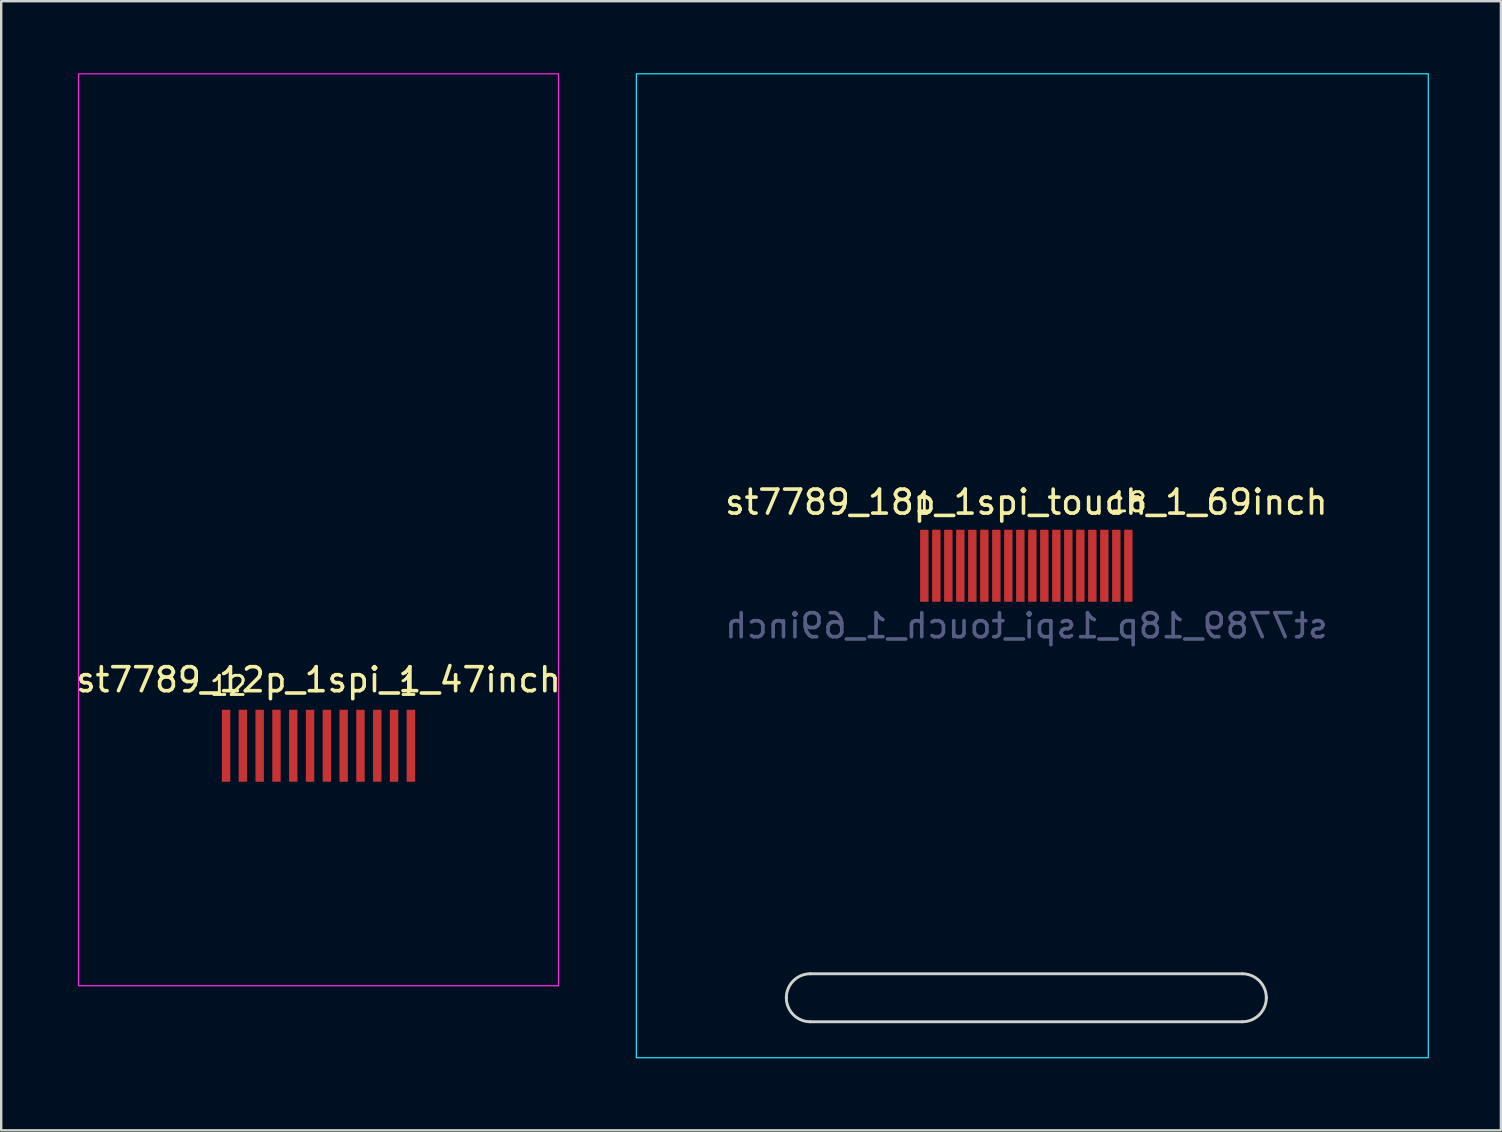
<source format=kicad_pcb>
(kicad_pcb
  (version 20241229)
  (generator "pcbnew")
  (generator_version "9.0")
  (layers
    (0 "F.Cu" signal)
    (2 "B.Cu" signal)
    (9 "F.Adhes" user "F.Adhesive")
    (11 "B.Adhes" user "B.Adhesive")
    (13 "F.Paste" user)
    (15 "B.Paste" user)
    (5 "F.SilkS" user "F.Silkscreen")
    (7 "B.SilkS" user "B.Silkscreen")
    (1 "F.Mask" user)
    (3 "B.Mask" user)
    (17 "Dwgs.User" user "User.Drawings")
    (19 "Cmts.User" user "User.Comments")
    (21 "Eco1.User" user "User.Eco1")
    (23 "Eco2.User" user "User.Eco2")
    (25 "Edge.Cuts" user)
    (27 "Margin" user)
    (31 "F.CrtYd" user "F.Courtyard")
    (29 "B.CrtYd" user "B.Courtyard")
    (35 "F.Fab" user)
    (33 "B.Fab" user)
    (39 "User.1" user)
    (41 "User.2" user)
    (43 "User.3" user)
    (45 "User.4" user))
  (footprint "st7789_12p_1spi_1_47inch"
    (layer "F.Cu")
    (at 10.22 28.025)
    (property "Reference" "st7789_12p_1spi_1_47inch" (at 0 -2.75 0) (unlocked yes) (layer "F.SilkS") (effects (font (size 1 1) (thickness 0.15))))
    (attr smd)
    (fp_rect (start -10 10) (end 10 -28) (stroke (width 0.05) (type solid)) (fill no) (layer "F.CrtYd"))
    (fp_text user "12" (at -3.75 -2.5 0) (unlocked yes) (layer "F.SilkS") (effects (font (size 0.8 0.8) (thickness 0.12))))
    (fp_text user "1" (at 3.75 -2.5 0) (unlocked yes) (layer "F.SilkS") (effects (font (size 0.8 0.8) (thickness 0.12))))
    (pad "1" smd rect (at 3.85 0 270) (size 3 0.35) (layers "F.Cu" "F.Mask" "F.Paste"))
    (pad "2" smd rect (at 3.15 0 270) (size 3 0.35) (layers "F.Cu" "F.Mask" "F.Paste"))
    (pad "3" smd rect (at 2.45 0 270) (size 3 0.35) (layers "F.Cu" "F.Mask" "F.Paste"))
    (pad "4" smd rect (at 1.75 0 270) (size 3 0.35) (layers "F.Cu" "F.Mask" "F.Paste"))
    (pad "5" smd rect (at 1.05 0 270) (size 3 0.35) (layers "F.Cu" "F.Mask" "F.Paste"))
    (pad "6" smd rect (at 0.35 0 270) (size 3 0.35) (layers "F.Cu" "F.Mask" "F.Paste"))
    (pad "7" smd rect (at -0.35 0 270) (size 3 0.35) (layers "F.Cu" "F.Mask" "F.Paste"))
    (pad "8" smd rect (at -1.05 0 270) (size 3 0.35) (layers "F.Cu" "F.Mask" "F.Paste"))
    (pad "9" smd rect (at -1.75 0 270) (size 3 0.35) (layers "F.Cu" "F.Mask" "F.Paste"))
    (pad "10" smd rect (at -2.45 0 270) (size 3 0.35) (layers "F.Cu" "F.Mask" "F.Paste"))
    (pad "11" smd rect (at -3.15 0 270) (size 3 0.35) (layers "F.Cu" "F.Mask" "F.Paste"))
    (pad "12" smd rect (at -3.85 0 270) (size 3 0.35) (layers "F.Cu" "F.Mask" "F.Paste")))
  (footprint "st7789_18p_1spi_touch_1_69inch"
    (layer "F.Cu")
    (at 39.715 20.525)
    (property "Reference" "st7789_18p_1spi_touch_1_69inch" (at 0 -2.65 0) (unlocked yes) (layer "F.SilkS") (effects (font (size 1 1) (thickness 0.15))))
    (attr smd)
    (fp_line (start -10 18) (end -10 18) (stroke (width 0.12) (type default)) (layer "Edge.Cuts"))
    (fp_line (start -9 19) (end 9 19) (stroke (width 0.12) (type default)) (layer "Edge.Cuts"))
    (fp_line (start 9 17) (end -9 17) (stroke (width 0.12) (type default)) (layer "Edge.Cuts"))
    (fp_line (start 10 18) (end 10 18) (stroke (width 0.12) (type default)) (layer "Edge.Cuts"))
    (fp_arc (start -10 18) (mid -9.707107 17.292893) (end -9 17) (stroke (width 0.12) (type default)) (layer "Edge.Cuts"))
    (fp_arc (start -9 19) (mid -9.707107 18.707107) (end -10 18) (stroke (width 0.12) (type default)) (layer "Edge.Cuts"))
    (fp_arc (start 9 17) (mid 9.707107 17.292893) (end 10 18) (stroke (width 0.12) (type default)) (layer "Edge.Cuts"))
    (fp_arc (start 10 18) (mid 9.707107 18.707107) (end 9 19) (stroke (width 0.12) (type default)) (layer "Edge.Cuts"))
    (fp_rect (start -16.25 -20.5) (end 16.75 20.5) (stroke (width 0.05) (type solid)) (fill no) (layer "B.CrtYd"))
    (fp_text user "1" (at -4.25 -2.65 0) (unlocked yes) (layer "F.SilkS") (effects (font (size 0.8 0.8) (thickness 0.12))))
    (fp_text user "18" (at 4.25 -2.65 0) (unlocked yes) (layer "F.SilkS") (effects (font (size 0.8 0.8) (thickness 0.12))))
    (fp_text user "${REFERENCE}" (at 0 2.5 0) (unlocked yes) (layer "B.Fab") (effects (font (size 1 1) (thickness 0.15)) (justify mirror)))
    (pad "1" smd rect (at -4.25 0 270) (size 3 0.35) (layers "F.Cu" "F.Mask" "F.Paste"))
    (pad "2" smd rect (at -3.75 0 270) (size 3 0.35) (layers "F.Cu" "F.Mask" "F.Paste"))
    (pad "3" smd rect (at -3.25 0 270) (size 3 0.35) (layers "F.Cu" "F.Mask" "F.Paste"))
    (pad "4" smd rect (at -2.75 0 270) (size 3 0.35) (layers "F.Cu" "F.Mask" "F.Paste"))
    (pad "5" smd rect (at -2.25 0 270) (size 3 0.35) (layers "F.Cu" "F.Mask" "F.Paste"))
    (pad "6" smd rect (at -1.75 0 270) (size 3 0.35) (layers "F.Cu" "F.Mask" "F.Paste"))
    (pad "7" smd rect (at -1.25 0 270) (size 3 0.35) (layers "F.Cu" "F.Mask" "F.Paste"))
    (pad "8" smd rect (at -0.75 0 270) (size 3 0.35) (layers "F.Cu" "F.Mask" "F.Paste"))
    (pad "9" smd rect (at -0.25 0 270) (size 3 0.35) (layers "F.Cu" "F.Mask" "F.Paste"))
    (pad "10" smd rect (at 0.25 0 270) (size 3 0.35) (layers "F.Cu" "F.Mask" "F.Paste"))
    (pad "11" smd rect (at 0.75 0 270) (size 3 0.35) (layers "F.Cu" "F.Mask" "F.Paste"))
    (pad "12" smd rect (at 1.25 0 270) (size 3 0.35) (layers "F.Cu" "F.Mask" "F.Paste"))
    (pad "13" smd rect (at 1.75 0 270) (size 3 0.35) (layers "F.Cu" "F.Mask" "F.Paste"))
    (pad "14" smd rect (at 2.25 0 270) (size 3 0.35) (layers "F.Cu" "F.Mask" "F.Paste"))
    (pad "15" smd rect (at 2.75 0 270) (size 3 0.35) (layers "F.Cu" "F.Mask" "F.Paste"))
    (pad "16" smd rect (at 3.25 0 270) (size 3 0.35) (layers "F.Cu" "F.Mask" "F.Paste"))
    (pad "17" smd rect (at 3.75 0 270) (size 3 0.35) (layers "F.Cu" "F.Mask" "F.Paste"))
    (pad "18" smd rect (at 4.25 0 270) (size 3 0.35) (layers "F.Cu" "F.Mask" "F.Paste"))
    (zone (net_name "") (layer "F.Cu") (hatch edge 0.5) (connect_pads) (min_thickness 0.25) (filled_areas_thickness no) (keepout (tracks allowed) (vias allowed) (pads allowed) (copperpour allowed) (footprints not_allowed)) (placement (enabled no)) (fill) (polygon (pts (xy 29.715 39.525) (xy 29.715 22.275) (xy 35.215 22.275) (xy 35.215 19.025) (xy 44.215 19.025) (xy 44.215 22.275) (xy 49.715 22.275) (xy 49.715 39.525)))))
  (gr_rect
    (start -3 -3)
    (end 59.49 44.05)
    (stroke (width 0.1) (type default))
    (fill no)
    (layer "Edge.Cuts")))
</source>
